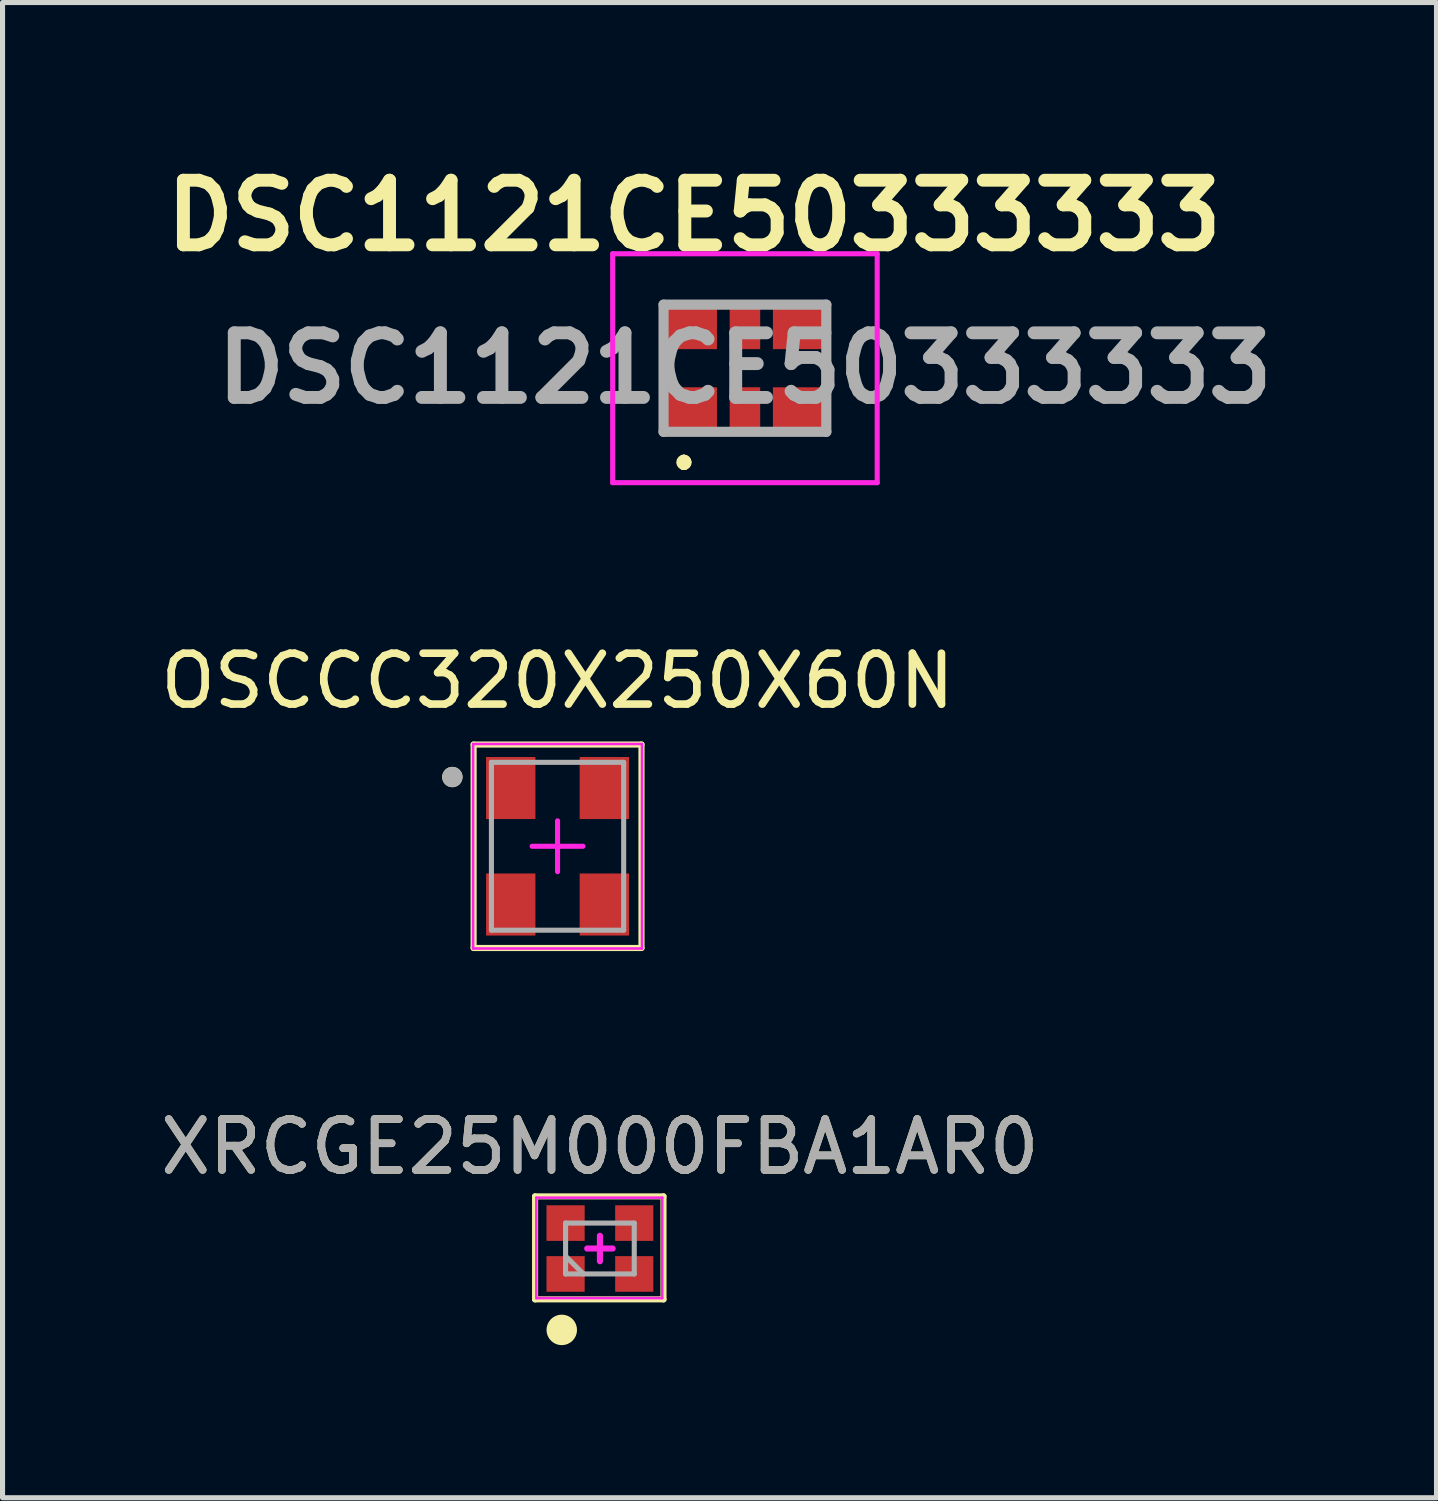
<source format=kicad_pcb>
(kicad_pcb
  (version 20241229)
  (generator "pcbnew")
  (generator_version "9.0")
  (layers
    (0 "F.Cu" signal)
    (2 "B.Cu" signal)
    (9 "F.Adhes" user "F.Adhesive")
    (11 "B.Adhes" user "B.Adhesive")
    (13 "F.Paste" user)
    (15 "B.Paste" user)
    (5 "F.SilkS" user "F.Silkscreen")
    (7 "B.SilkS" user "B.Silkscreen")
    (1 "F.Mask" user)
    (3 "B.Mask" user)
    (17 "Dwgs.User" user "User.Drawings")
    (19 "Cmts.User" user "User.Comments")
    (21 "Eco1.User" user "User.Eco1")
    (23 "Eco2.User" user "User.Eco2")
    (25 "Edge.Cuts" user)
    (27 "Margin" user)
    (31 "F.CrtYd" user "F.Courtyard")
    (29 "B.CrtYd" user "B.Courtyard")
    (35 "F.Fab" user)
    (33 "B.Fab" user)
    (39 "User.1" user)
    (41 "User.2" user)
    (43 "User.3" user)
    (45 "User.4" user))
  (footprint "OSCCC320X250X60N"
    (layer "F.Cu")
    (at 7.911 13.587)
    (property "Reference" "OSCCC320X250X60N" (at 0 -3.25 0) (layer "F.SilkS") (effects (font (size 1 1) (thickness 0.15))))
    (attr through_hole)
    (fp_line (start -1.65 -2) (end 1.65 -2) (stroke (width 0.12) (type solid)) (layer "F.SilkS"))
    (fp_line (start -1.65 2) (end -1.65 -2) (stroke (width 0.12) (type solid)) (layer "F.SilkS"))
    (fp_line (start 1.65 -2) (end 1.65 2) (stroke (width 0.12) (type solid)) (layer "F.SilkS"))
    (fp_line (start 1.65 2) (end -1.65 2) (stroke (width 0.12) (type solid)) (layer "F.SilkS"))
    (fp_circle (center -2.068 -1.361) (end -1.968 -1.361) (stroke (width 0.2) (type solid)) (fill no) (layer "F.SilkS"))
    (fp_line (start -1.66 -2.01) (end 1.66 -2.01) (stroke (width 0.05) (type solid)) (layer "F.CrtYd"))
    (fp_line (start -1.66 2.01) (end -1.66 -2.01) (stroke (width 0.05) (type solid)) (layer "F.CrtYd"))
    (fp_line (start -0.5 0) (end 0.5 0) (stroke (width 0.1) (type solid)) (layer "F.CrtYd"))
    (fp_line (start 0 -0.5) (end 0 0.5) (stroke (width 0.1) (type solid)) (layer "F.CrtYd"))
    (fp_line (start 1.66 -2.01) (end 1.66 2.01) (stroke (width 0.05) (type solid)) (layer "F.CrtYd"))
    (fp_line (start 1.66 2.01) (end -1.66 2.01) (stroke (width 0.05) (type solid)) (layer "F.CrtYd"))
    (fp_line (start -1.3 -1.65) (end 1.3 -1.65) (stroke (width 0.1) (type solid)) (layer "F.Fab"))
    (fp_line (start -1.3 1.65) (end -1.3 -1.65) (stroke (width 0.1) (type solid)) (layer "F.Fab"))
    (fp_line (start 1.3 -1.65) (end 1.3 1.65) (stroke (width 0.1) (type solid)) (layer "F.Fab"))
    (fp_line (start 1.3 1.65) (end -1.3 1.65) (stroke (width 0.1) (type solid)) (layer "F.Fab"))
    (fp_circle (center -2.068 -1.361) (end -1.968 -1.361) (stroke (width 0.2) (type solid)) (fill no) (layer "F.Fab"))
    (pad "1" smd rect (at -0.92 -1.145) (size 0.97 1.22) (layers "F.Cu" "F.Mask" "F.Paste"))
    (pad "2" smd rect (at -0.92 1.145) (size 0.97 1.22) (layers "F.Cu" "F.Mask" "F.Paste"))
    (pad "3" smd rect (at 0.92 1.145) (size 0.97 1.22) (layers "F.Cu" "F.Mask" "F.Paste"))
    (pad "4" smd rect (at 0.92 -1.145) (size 0.97 1.22) (layers "F.Cu" "F.Mask" "F.Paste")))
  (footprint "DSC1121CE50333333"
    (layer "F.Cu")
    (at 11.595 4.189)
    (property "Reference" "DSC1121CE50333333" (at -1 -3 0) (layer "F.SilkS") (effects (font (size 1.27 1.27) (thickness 0.254))))
    (attr smd)
    (fp_line (start -1.2 1.8) (end -1.2 1.8) (stroke (width 0.2) (type solid)) (layer "F.SilkS"))
    (fp_line (start -1.2 1.9) (end -1.2 1.9) (stroke (width 0.2) (type solid)) (layer "F.SilkS"))
    (fp_line (start -1.2 1.9) (end -1.2 1.9) (stroke (width 0.2) (type solid)) (layer "F.SilkS"))
    (fp_arc (start -1.2 1.8) (mid -1.15 1.85) (end -1.2 1.9) (stroke (width 0.2) (type solid)) (layer "F.SilkS"))
    (fp_arc (start -1.2 1.8) (mid -1.15 1.85) (end -1.2 1.9) (stroke (width 0.2) (type solid)) (layer "F.SilkS"))
    (fp_arc (start -1.2 1.9) (mid -1.25 1.85) (end -1.2 1.8) (stroke (width 0.2) (type solid)) (layer "F.SilkS"))
    (fp_line (start -2.6 -2.25) (end 2.6 -2.25) (stroke (width 0.1) (type solid)) (layer "F.CrtYd"))
    (fp_line (start -2.6 2.25) (end -2.6 -2.25) (stroke (width 0.1) (type solid)) (layer "F.CrtYd"))
    (fp_line (start 2.6 -2.25) (end 2.6 2.25) (stroke (width 0.1) (type solid)) (layer "F.CrtYd"))
    (fp_line (start 2.6 2.25) (end -2.6 2.25) (stroke (width 0.1) (type solid)) (layer "F.CrtYd"))
    (fp_line (start -1.6 -1.25) (end -1.6 1.25) (stroke (width 0.2) (type solid)) (layer "F.Fab"))
    (fp_line (start -1.6 1.25) (end 1.6 1.25) (stroke (width 0.2) (type solid)) (layer "F.Fab"))
    (fp_line (start 1.6 -1.25) (end -1.6 -1.25) (stroke (width 0.2) (type solid)) (layer "F.Fab"))
    (fp_line (start 1.6 1.25) (end 1.6 -1.25) (stroke (width 0.2) (type solid)) (layer "F.Fab"))
    (fp_text user "${REFERENCE}" (at 0 0 0) (layer "F.Fab") (effects (font (size 1.27 1.27) (thickness 0.254))))
    (pad "1" smd rect (at -1.05 0.8 90) (size 0.85 1) (layers "F.Cu" "F.Mask" "F.Paste"))
    (pad "2" smd rect (at 0 0.8) (size 0.6 0.85) (layers "F.Cu" "F.Mask" "F.Paste"))
    (pad "3" smd rect (at 1.05 0.8 90) (size 0.85 1) (layers "F.Cu" "F.Mask" "F.Paste"))
    (pad "4" smd rect (at 1.05 -0.8 90) (size 0.85 1) (layers "F.Cu" "F.Mask" "F.Paste"))
    (pad "5" smd rect (at 0 -0.8) (size 0.6 0.85) (layers "F.Cu" "F.Mask" "F.Paste"))
    (pad "6" smd rect (at -1.05 -0.8 90) (size 0.85 1) (layers "F.Cu" "F.Mask" "F.Paste")))
  (footprint "XRCGE25M000FBA1AR0"
    (layer "F.Cu")
    (at 8.744 21.495)
    (property "Reference" "XRCGE25M000FBA1AR0" (at 0 -2 0) (layer "F.SilkS") (effects (font (size 1 1) (thickness 0.15))))
    (attr through_hole)
    (fp_line (start -1.275 -1.025) (end -1.275 1) (stroke (width 0.12) (type solid)) (layer "F.SilkS"))
    (fp_line (start -1.275 1) (end 1.25 1) (stroke (width 0.12) (type solid)) (layer "F.SilkS"))
    (fp_line (start 1.25 -1.025) (end -1.275 -1.025) (stroke (width 0.12) (type solid)) (layer "F.SilkS"))
    (fp_line (start 1.25 1) (end 1.25 -1.025) (stroke (width 0.12) (type solid)) (layer "F.SilkS"))
    (fp_circle (center -0.75 1.6) (end -0.6 1.6) (stroke (width 0.3) (type solid)) (fill no) (layer "F.SilkS"))
    (fp_line (start -1.25 -1) (end 1.225 -1) (stroke (width 0.05) (type solid)) (layer "F.CrtYd"))
    (fp_line (start -1.25 0.975) (end -1.25 -1) (stroke (width 0.05) (type solid)) (layer "F.CrtYd"))
    (fp_line (start 0 -0.25) (end 0 0.25) (stroke (width 0.12) (type solid)) (layer "F.CrtYd"))
    (fp_line (start 0.25 0) (end -0.25 0) (stroke (width 0.12) (type solid)) (layer "F.CrtYd"))
    (fp_line (start 1.225 -1) (end 1.225 0.975) (stroke (width 0.05) (type solid)) (layer "F.CrtYd"))
    (fp_line (start 1.225 0.975) (end -1.25 0.975) (stroke (width 0.05) (type solid)) (layer "F.CrtYd"))
    (fp_line (start -0.675 -0.5) (end -0.675 0.5) (stroke (width 0.1) (type solid)) (layer "F.Fab"))
    (fp_line (start -0.675 -0.5) (end 0.675 -0.5) (stroke (width 0.1) (type solid)) (layer "F.Fab"))
    (fp_line (start -0.675 0.15) (end -0.325 0.5) (stroke (width 0.1) (type solid)) (layer "F.Fab"))
    (fp_line (start -0.675 0.5) (end 0.675 0.5) (stroke (width 0.1) (type solid)) (layer "F.Fab"))
    (fp_line (start 0.675 -0.5) (end 0.675 0.5) (stroke (width 0.1) (type solid)) (layer "F.Fab"))
    (fp_text user "${REFERENCE}" (at 0 -2 0) (layer "F.Fab") (effects (font (size 1 1) (thickness 0.15))))
    (pad "1" smd rect (at -0.675 0.5) (size 0.75 0.7) (layers "F.Cu" "F.Mask" "F.Paste"))
    (pad "2" smd rect (at 0.675 0.5) (size 0.75 0.7) (layers "F.Cu" "F.Mask" "F.Paste"))
    (pad "3" smd rect (at 0.675 -0.5) (size 0.75 0.7) (layers "F.Cu" "F.Mask" "F.Paste"))
    (pad "4" smd rect (at -0.675 -0.5) (size 0.75 0.7) (layers "F.Cu" "F.Mask" "F.Paste")))
  (gr_rect
    (start -3 -3)
    (end 25.191 26.395)
    (stroke (width 0.1) (type default))
    (fill no)
    (layer "Edge.Cuts")))
</source>
